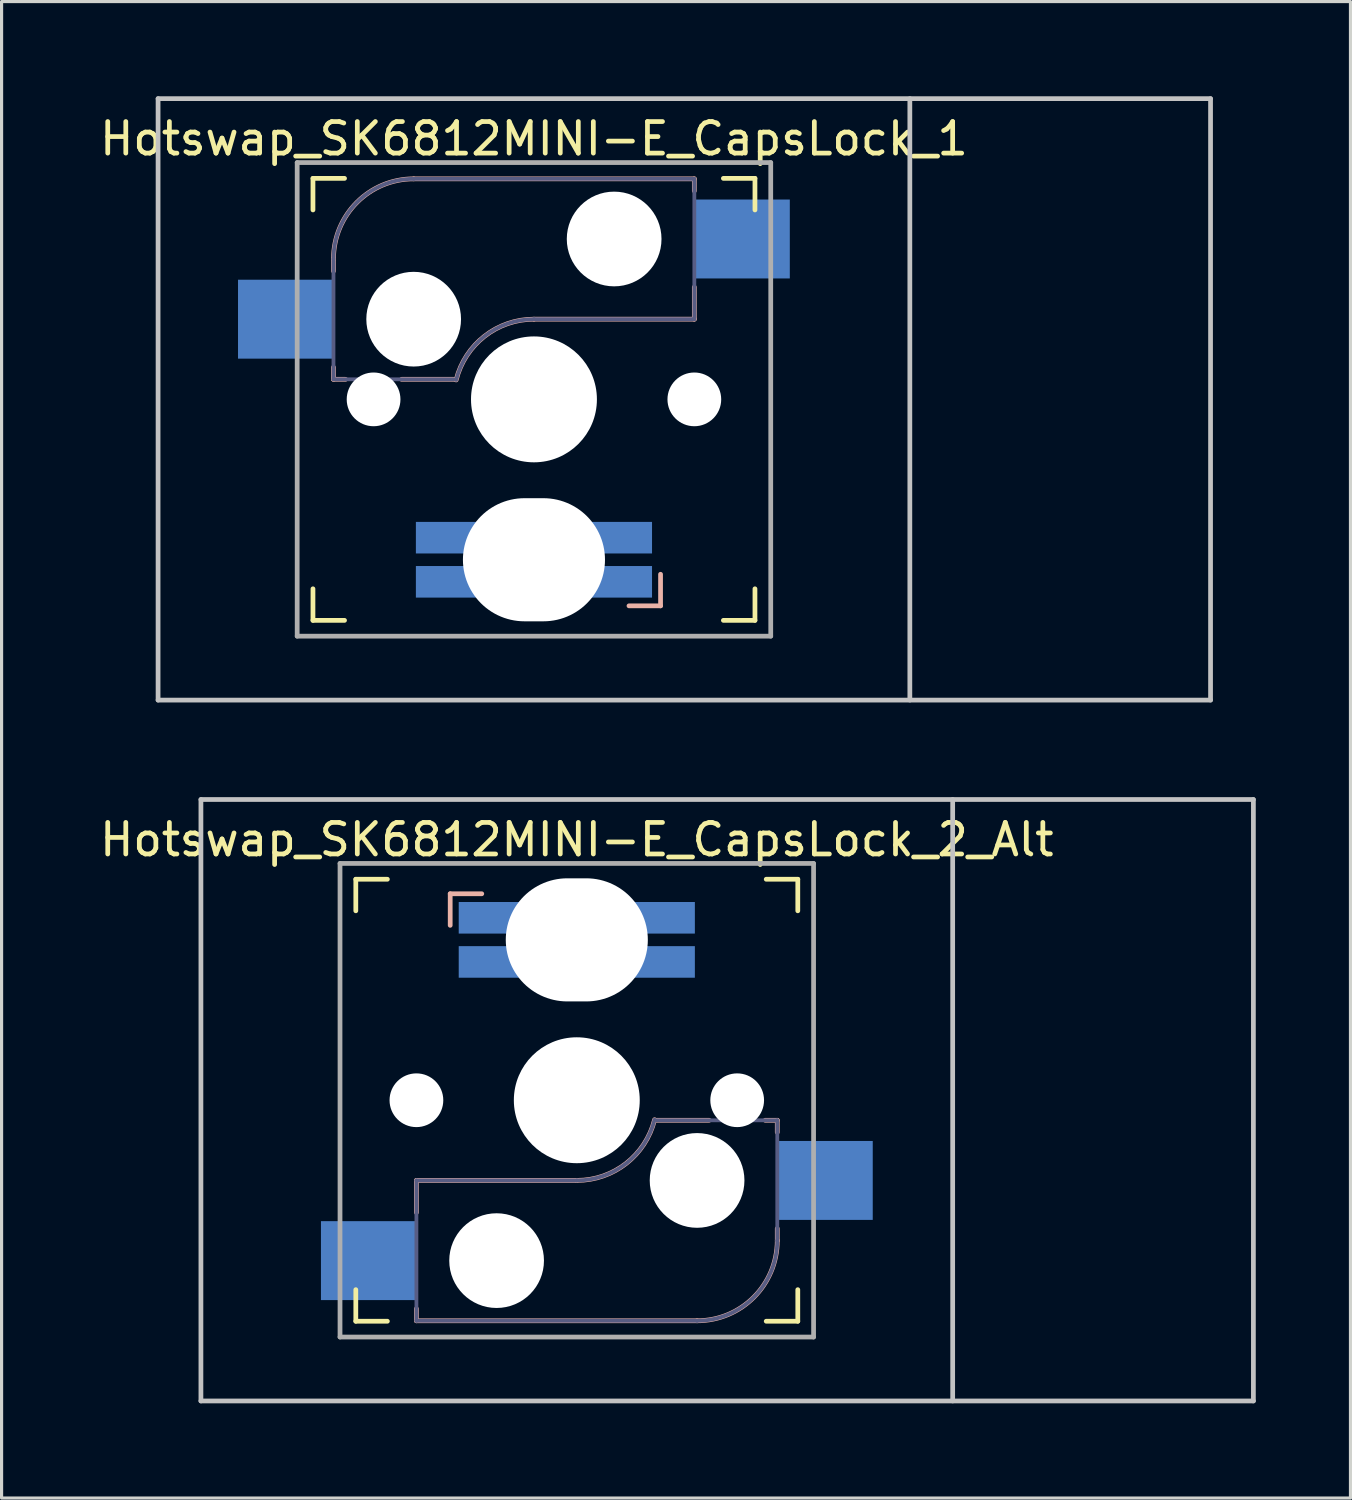
<source format=kicad_pcb>
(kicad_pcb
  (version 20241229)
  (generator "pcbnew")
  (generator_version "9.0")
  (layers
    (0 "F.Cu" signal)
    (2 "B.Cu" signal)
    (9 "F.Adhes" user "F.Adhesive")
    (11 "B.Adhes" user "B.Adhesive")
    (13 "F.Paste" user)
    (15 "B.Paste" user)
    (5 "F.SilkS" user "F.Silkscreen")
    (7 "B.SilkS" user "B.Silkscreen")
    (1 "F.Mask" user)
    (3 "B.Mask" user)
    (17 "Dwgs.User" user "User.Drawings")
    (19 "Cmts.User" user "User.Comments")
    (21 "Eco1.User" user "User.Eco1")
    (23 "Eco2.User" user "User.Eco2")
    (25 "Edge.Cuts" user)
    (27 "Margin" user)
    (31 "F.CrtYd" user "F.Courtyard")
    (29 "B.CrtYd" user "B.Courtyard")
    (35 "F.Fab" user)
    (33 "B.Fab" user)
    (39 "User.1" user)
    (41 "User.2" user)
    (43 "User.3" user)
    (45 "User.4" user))
  (footprint "Hotswap_SK6812MINI-E_CapsLock_2_Alt"
    (layer "F.Cu")
    (at 15.22 31.8)
    (property "Reference" "Hotswap_SK6812MINI-E_CapsLock_2_Alt" (at 0 -8.255 0) (layer "F.SilkS") (effects (font (size 1 1) (thickness 0.15))))
    (attr through_hole)
    (fp_line (start -7 -6) (end -7 -7) (stroke (width 0.15) (type solid)) (layer "F.SilkS"))
    (fp_line (start -7 7) (end -7 6) (stroke (width 0.15) (type solid)) (layer "F.SilkS"))
    (fp_line (start -7 7) (end -6 7) (stroke (width 0.15) (type solid)) (layer "F.SilkS"))
    (fp_line (start -6 -7) (end -7 -7) (stroke (width 0.15) (type solid)) (layer "F.SilkS"))
    (fp_line (start 6 7) (end 7 7) (stroke (width 0.15) (type solid)) (layer "F.SilkS"))
    (fp_line (start 7 -7) (end 6 -7) (stroke (width 0.15) (type solid)) (layer "F.SilkS"))
    (fp_line (start 7 -7) (end 7 -6) (stroke (width 0.15) (type solid)) (layer "F.SilkS"))
    (fp_line (start 7 6) (end 7 7) (stroke (width 0.15) (type solid)) (layer "F.SilkS"))
    (fp_line (start -5.08 2.54) (end -5.08 3.556) (stroke (width 0.15) (type solid)) (layer "B.SilkS"))
    (fp_line (start -5.08 6.604) (end -5.08 6.985) (stroke (width 0.15) (type solid)) (layer "B.SilkS"))
    (fp_line (start -5.08 6.985) (end 3.81 6.985) (stroke (width 0.15) (type solid)) (layer "B.SilkS"))
    (fp_line (start -4.01 -5.54) (end -4.01 -6.54) (stroke (width 0.15) (type solid)) (layer "B.SilkS"))
    (fp_line (start -3.01 -6.54) (end -4.01 -6.54) (stroke (width 0.15) (type solid)) (layer "B.SilkS"))
    (fp_line (start 0 2.54) (end -5.08 2.54) (stroke (width 0.15) (type solid)) (layer "B.SilkS"))
    (fp_line (start 4.191 0.635) (end 2.54 0.635) (stroke (width 0.15) (type solid)) (layer "B.SilkS"))
    (fp_line (start 6.35 0.635) (end 5.969 0.635) (stroke (width 0.15) (type solid)) (layer "B.SilkS"))
    (fp_line (start 6.35 1.016) (end 6.35 0.635) (stroke (width 0.15) (type solid)) (layer "B.SilkS"))
    (fp_line (start 6.35 4.445) (end 6.35 4.064) (stroke (width 0.15) (type solid)) (layer "B.SilkS"))
    (fp_arc (start 2.464162 0.61604) (mid 1.563147 2.002042) (end 0 2.54) (stroke (width 0.15) (type solid)) (layer "B.SilkS"))
    (fp_arc (start 6.35 4.445) (mid 5.606051 6.241051) (end 3.81 6.985) (stroke (width 0.15) (type solid)) (layer "B.SilkS"))
    (fp_line (start -11.906 -9.525) (end 21.431 -9.525) (stroke (width 0.15) (type solid)) (layer "Dwgs.User"))
    (fp_line (start -11.906 9.525) (end -11.906 -9.525) (stroke (width 0.15) (type solid)) (layer "Dwgs.User"))
    (fp_line (start -11.906 9.525) (end 21.431 9.525) (stroke (width 0.15) (type solid)) (layer "Dwgs.User"))
    (fp_line (start 11.906 -9.525) (end 11.906 9.525) (stroke (width 0.15) (type solid)) (layer "Dwgs.User"))
    (fp_line (start 21.431 -9.525) (end 21.431 9.525) (stroke (width 0.15) (type solid)) (layer "Dwgs.User"))
    (fp_line (start -6.9 6.9) (end -6.9 -6.9) (stroke (width 0.15) (type solid)) (layer "Eco2.User"))
    (fp_line (start -6.9 6.9) (end 6.9 6.9) (stroke (width 0.15) (type solid)) (layer "Eco2.User"))
    (fp_line (start 6.9 -6.9) (end -6.9 -6.9) (stroke (width 0.15) (type solid)) (layer "Eco2.User"))
    (fp_line (start 6.9 -6.9) (end 6.9 6.9) (stroke (width 0.15) (type solid)) (layer "Eco2.User"))
    (fp_line (start -5.08 2.54) (end -5.08 6.985) (stroke (width 0.12) (type solid)) (layer "B.Fab"))
    (fp_line (start -5.08 6.985) (end 3.81 6.985) (stroke (width 0.12) (type solid)) (layer "B.Fab"))
    (fp_line (start 0 2.54) (end -5.08 2.54) (stroke (width 0.12) (type solid)) (layer "B.Fab"))
    (fp_line (start 6.35 0.635) (end 2.54 0.635) (stroke (width 0.12) (type solid)) (layer "B.Fab"))
    (fp_line (start 6.35 4.445) (end 6.35 0.635) (stroke (width 0.12) (type solid)) (layer "B.Fab"))
    (fp_arc (start 2.464162 0.61604) (mid 1.563147 2.002042) (end 0 2.54) (stroke (width 0.12) (type solid)) (layer "B.Fab"))
    (fp_arc (start 6.35 4.445) (mid 5.606051 6.241051) (end 3.81 6.985) (stroke (width 0.12) (type solid)) (layer "B.Fab"))
    (fp_line (start -7.5 -7.5) (end 7.5 -7.5) (stroke (width 0.15) (type solid)) (layer "F.Fab"))
    (fp_line (start -7.5 7.5) (end -7.5 -7.5) (stroke (width 0.15) (type solid)) (layer "F.Fab"))
    (fp_line (start 7.5 -7.5) (end 7.5 7.5) (stroke (width 0.15) (type solid)) (layer "F.Fab"))
    (fp_line (start 7.5 7.5) (end -7.5 7.5) (stroke (width 0.15) (type solid)) (layer "F.Fab"))
    (pad "" np_thru_hole circle (at -5.08 0) (size 1.702 1.702) (drill 1.702) (layers "*.Cu" "*.Mask"))
    (pad "" np_thru_hole circle (at -2.54 5.08) (size 3 3) (drill 3) (layers "*.Cu" "*.Mask"))
    (pad "" np_thru_hole oval (at 0 -5.08) (size 4.5 3.9) (drill oval 4.5 3.9) (layers "*.Cu" "*.Mask"))
    (pad "" np_thru_hole circle (at 0 0) (size 3.988 3.988) (drill 3.988) (layers "*.Cu" "*.Mask"))
    (pad "" np_thru_hole circle (at 3.81 2.54) (size 3 3) (drill 3) (layers "*.Cu" "*.Mask"))
    (pad "" np_thru_hole circle (at 5.08 0) (size 1.702 1.702) (drill 1.702) (layers "*.Cu" "*.Mask"))
    (pad "1" smd rect (at -6.604 5.08) (size 3 2.5) (layers "B.Cu" "B.Mask"))
    (pad "2" smd rect (at 7.874 2.54) (size 3 2.5) (layers "B.Cu" "B.Mask"))
    (pad "DIN" smd rect (at -2.74 -4.381 90) (size 1 2) (layers "B.Cu" "B.Mask"))
    (pad "DOUT" smd rect (at 2.74 -5.779 90) (size 1 2) (layers "B.Cu" "B.Mask"))
    (pad "GND" smd rect (at -2.74 -5.779 90) (size 1 2) (layers "B.Cu" "B.Mask"))
    (pad "VDD" smd rect (at 2.74 -4.381 90) (size 1 2) (layers "B.Cu" "B.Mask")))
  (footprint "Hotswap_SK6812MINI-E_CapsLock_1"
    (layer "F.Cu")
    (at 13.863 9.6)
    (property "Reference" "Hotswap_SK6812MINI-E_CapsLock_1" (at 0 -8.255 0) (layer "F.SilkS") (effects (font (size 1 1) (thickness 0.15))))
    (attr through_hole)
    (fp_line (start -7 -6) (end -7 -7) (stroke (width 0.15) (type solid)) (layer "F.SilkS"))
    (fp_line (start -7 7) (end -7 6) (stroke (width 0.15) (type solid)) (layer "F.SilkS"))
    (fp_line (start -7 7) (end -6 7) (stroke (width 0.15) (type solid)) (layer "F.SilkS"))
    (fp_line (start -6 -7) (end -7 -7) (stroke (width 0.15) (type solid)) (layer "F.SilkS"))
    (fp_line (start 6 7) (end 7 7) (stroke (width 0.15) (type solid)) (layer "F.SilkS"))
    (fp_line (start 7 -7) (end 6 -7) (stroke (width 0.15) (type solid)) (layer "F.SilkS"))
    (fp_line (start 7 -7) (end 7 -6) (stroke (width 0.15) (type solid)) (layer "F.SilkS"))
    (fp_line (start 7 6) (end 7 7) (stroke (width 0.15) (type solid)) (layer "F.SilkS"))
    (fp_line (start -6.35 -4.445) (end -6.35 -4.064) (stroke (width 0.15) (type solid)) (layer "B.SilkS"))
    (fp_line (start -6.35 -1.016) (end -6.35 -0.635) (stroke (width 0.15) (type solid)) (layer "B.SilkS"))
    (fp_line (start -6.35 -0.635) (end -5.969 -0.635) (stroke (width 0.15) (type solid)) (layer "B.SilkS"))
    (fp_line (start -4.191 -0.635) (end -2.54 -0.635) (stroke (width 0.15) (type solid)) (layer "B.SilkS"))
    (fp_line (start 0 -2.54) (end 5.08 -2.54) (stroke (width 0.15) (type solid)) (layer "B.SilkS"))
    (fp_line (start 3.01 6.54) (end 4.01 6.54) (stroke (width 0.15) (type solid)) (layer "B.SilkS"))
    (fp_line (start 4.01 5.54) (end 4.01 6.54) (stroke (width 0.15) (type solid)) (layer "B.SilkS"))
    (fp_line (start 5.08 -6.985) (end -3.81 -6.985) (stroke (width 0.15) (type solid)) (layer "B.SilkS"))
    (fp_line (start 5.08 -6.604) (end 5.08 -6.985) (stroke (width 0.15) (type solid)) (layer "B.SilkS"))
    (fp_line (start 5.08 -2.54) (end 5.08 -3.556) (stroke (width 0.15) (type solid)) (layer "B.SilkS"))
    (fp_arc (start -6.35 -4.445) (mid -5.606051 -6.241051) (end -3.81 -6.985) (stroke (width 0.15) (type solid)) (layer "B.SilkS"))
    (fp_arc (start -2.464162 -0.61604) (mid -1.563147 -2.002042) (end 0 -2.54) (stroke (width 0.15) (type solid)) (layer "B.SilkS"))
    (fp_line (start -11.906 -9.525) (end 21.431 -9.525) (stroke (width 0.15) (type solid)) (layer "Dwgs.User"))
    (fp_line (start -11.906 9.525) (end -11.906 -9.525) (stroke (width 0.15) (type solid)) (layer "Dwgs.User"))
    (fp_line (start -11.906 9.525) (end 21.431 9.525) (stroke (width 0.15) (type solid)) (layer "Dwgs.User"))
    (fp_line (start 11.906 -9.525) (end 11.906 9.525) (stroke (width 0.15) (type solid)) (layer "Dwgs.User"))
    (fp_line (start 21.431 -9.525) (end 21.431 9.525) (stroke (width 0.15) (type solid)) (layer "Dwgs.User"))
    (fp_line (start -6.9 6.9) (end -6.9 -6.9) (stroke (width 0.15) (type solid)) (layer "Eco2.User"))
    (fp_line (start -6.9 6.9) (end 6.9 6.9) (stroke (width 0.15) (type solid)) (layer "Eco2.User"))
    (fp_line (start 6.9 -6.9) (end -6.9 -6.9) (stroke (width 0.15) (type solid)) (layer "Eco2.User"))
    (fp_line (start 6.9 -6.9) (end 6.9 6.9) (stroke (width 0.15) (type solid)) (layer "Eco2.User"))
    (fp_line (start -6.35 -4.445) (end -6.35 -0.635) (stroke (width 0.12) (type solid)) (layer "B.Fab"))
    (fp_line (start -6.35 -0.635) (end -2.54 -0.635) (stroke (width 0.12) (type solid)) (layer "B.Fab"))
    (fp_line (start 0 -2.54) (end 5.08 -2.54) (stroke (width 0.12) (type solid)) (layer "B.Fab"))
    (fp_line (start 5.08 -6.985) (end -3.81 -6.985) (stroke (width 0.12) (type solid)) (layer "B.Fab"))
    (fp_line (start 5.08 -2.54) (end 5.08 -6.985) (stroke (width 0.12) (type solid)) (layer "B.Fab"))
    (fp_arc (start -6.35 -4.445) (mid -5.606051 -6.241051) (end -3.81 -6.985) (stroke (width 0.12) (type solid)) (layer "B.Fab"))
    (fp_arc (start -2.464162 -0.61604) (mid -1.563147 -2.002042) (end 0 -2.54) (stroke (width 0.12) (type solid)) (layer "B.Fab"))
    (fp_line (start -7.5 -7.5) (end 7.5 -7.5) (stroke (width 0.15) (type solid)) (layer "F.Fab"))
    (fp_line (start -7.5 7.5) (end -7.5 -7.5) (stroke (width 0.15) (type solid)) (layer "F.Fab"))
    (fp_line (start 7.5 -7.5) (end 7.5 7.5) (stroke (width 0.15) (type solid)) (layer "F.Fab"))
    (fp_line (start 7.5 7.5) (end -7.5 7.5) (stroke (width 0.15) (type solid)) (layer "F.Fab"))
    (pad "" np_thru_hole circle (at -5.08 0 180) (size 1.702 1.702) (drill 1.702) (layers "*.Cu" "*.Mask"))
    (pad "" np_thru_hole circle (at -3.81 -2.54 180) (size 3 3) (drill 3) (layers "*.Cu" "*.Mask"))
    (pad "" np_thru_hole circle (at 0 0 180) (size 3.988 3.988) (drill 3.988) (layers "*.Cu" "*.Mask"))
    (pad "" np_thru_hole oval (at 0 5.08 180) (size 4.5 3.9) (drill oval 4.5 3.9) (layers "*.Cu" "*.Mask"))
    (pad "" np_thru_hole circle (at 2.54 -5.08 180) (size 3 3) (drill 3) (layers "*.Cu" "*.Mask"))
    (pad "" np_thru_hole circle (at 5.08 0 180) (size 1.702 1.702) (drill 1.702) (layers "*.Cu" "*.Mask"))
    (pad "1" smd rect (at -7.874 -2.54 180) (size 3 2.5) (layers "B.Cu" "B.Mask"))
    (pad "2" smd rect (at 6.604 -5.08 180) (size 3 2.5) (layers "B.Cu" "B.Mask"))
    (pad "DIN" smd rect (at 2.74 4.381 270) (size 1 2) (layers "B.Cu" "B.Mask"))
    (pad "DOUT" smd rect (at -2.74 5.779 270) (size 1 2) (layers "B.Cu" "B.Mask"))
    (pad "GND" smd rect (at 2.74 5.779 270) (size 1 2) (layers "B.Cu" "B.Mask"))
    (pad "VDD" smd rect (at -2.74 4.381 270) (size 1 2) (layers "B.Cu" "B.Mask")))
  (gr_rect
    (start -3 -3)
    (end 39.726 44.4)
    (stroke (width 0.1) (type default))
    (fill no)
    (layer "Edge.Cuts")))
</source>
